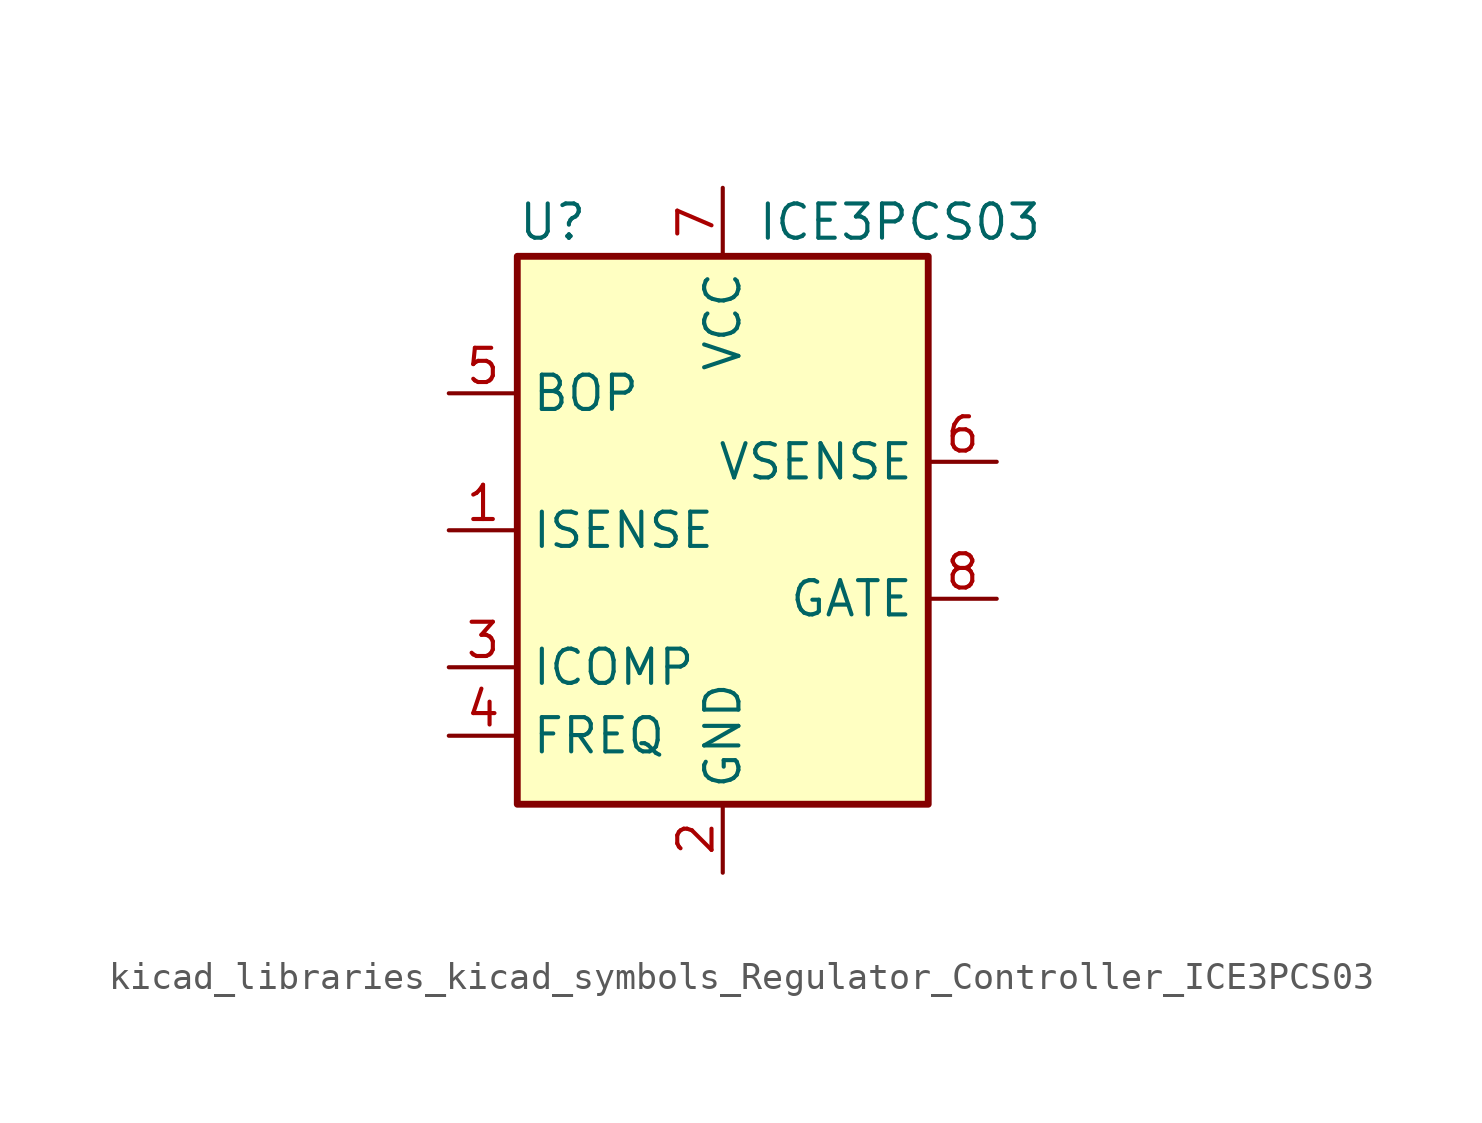
<source format=kicad_sym>
(kicad_symbol_lib
  (version 20220914)
  (generator kicad_symbol_editor)
  (symbol "kicad_libraries_kicad_symbols_Regulator_Controller_ICE3PCS03"
    (property "Reference" "U"
      (at -7.62 11.43 0)
      (effects (font (size 1.27 1.27)) (justify left)))
    (property "Value" "ICE3PCS03"
      (at 1.27 11.43 0)
      (effects (font (size 1.27 1.27)) (justify left)))
    (symbol "kicad_libraries_kicad_symbols_Regulator_Controller_ICE3PCS03_0_0"
      (rectangle (start -7.62 10.16) (end 7.62 -10.16) (stroke (width 0.254) (type default)) (fill (type background))))
    (symbol "kicad_libraries_kicad_symbols_Regulator_Controller_ICE3PCS03_1_1"
      (pin input line (at -10.16 0 0) (length 2.54) (name "ISENSE" (effects (font (size 1.27 1.27)))) (number "1" (effects (font (size 1.27 1.27)))))
      (pin power_in line (at 0 -12.7 90) (length 2.54) (name "GND" (effects (font (size 1.27 1.27)))) (number "2" (effects (font (size 1.27 1.27)))))
      (pin passive line (at -10.16 -5.08 0) (length 2.54) (name "ICOMP" (effects (font (size 1.27 1.27)))) (number "3" (effects (font (size 1.27 1.27)))))
      (pin passive line (at -10.16 -7.62 0) (length 2.54) (name "FREQ" (effects (font (size 1.27 1.27)))) (number "4" (effects (font (size 1.27 1.27)))))
      (pin input line (at -10.16 5.08 0) (length 2.54) (name "BOP" (effects (font (size 1.27 1.27)))) (number "5" (effects (font (size 1.27 1.27)))))
      (pin input line (at 10.16 2.54 180) (length 2.54) (name "VSENSE" (effects (font (size 1.27 1.27)))) (number "6" (effects (font (size 1.27 1.27)))))
      (pin power_in line (at 0 12.7 270) (length 2.54) (name "VCC" (effects (font (size 1.27 1.27)))) (number "7" (effects (font (size 1.27 1.27)))))
      (pin output line (at 10.16 -2.54 180) (length 2.54) (name "GATE" (effects (font (size 1.27 1.27)))) (number "8" (effects (font (size 1.27 1.27))))))))
</source>
